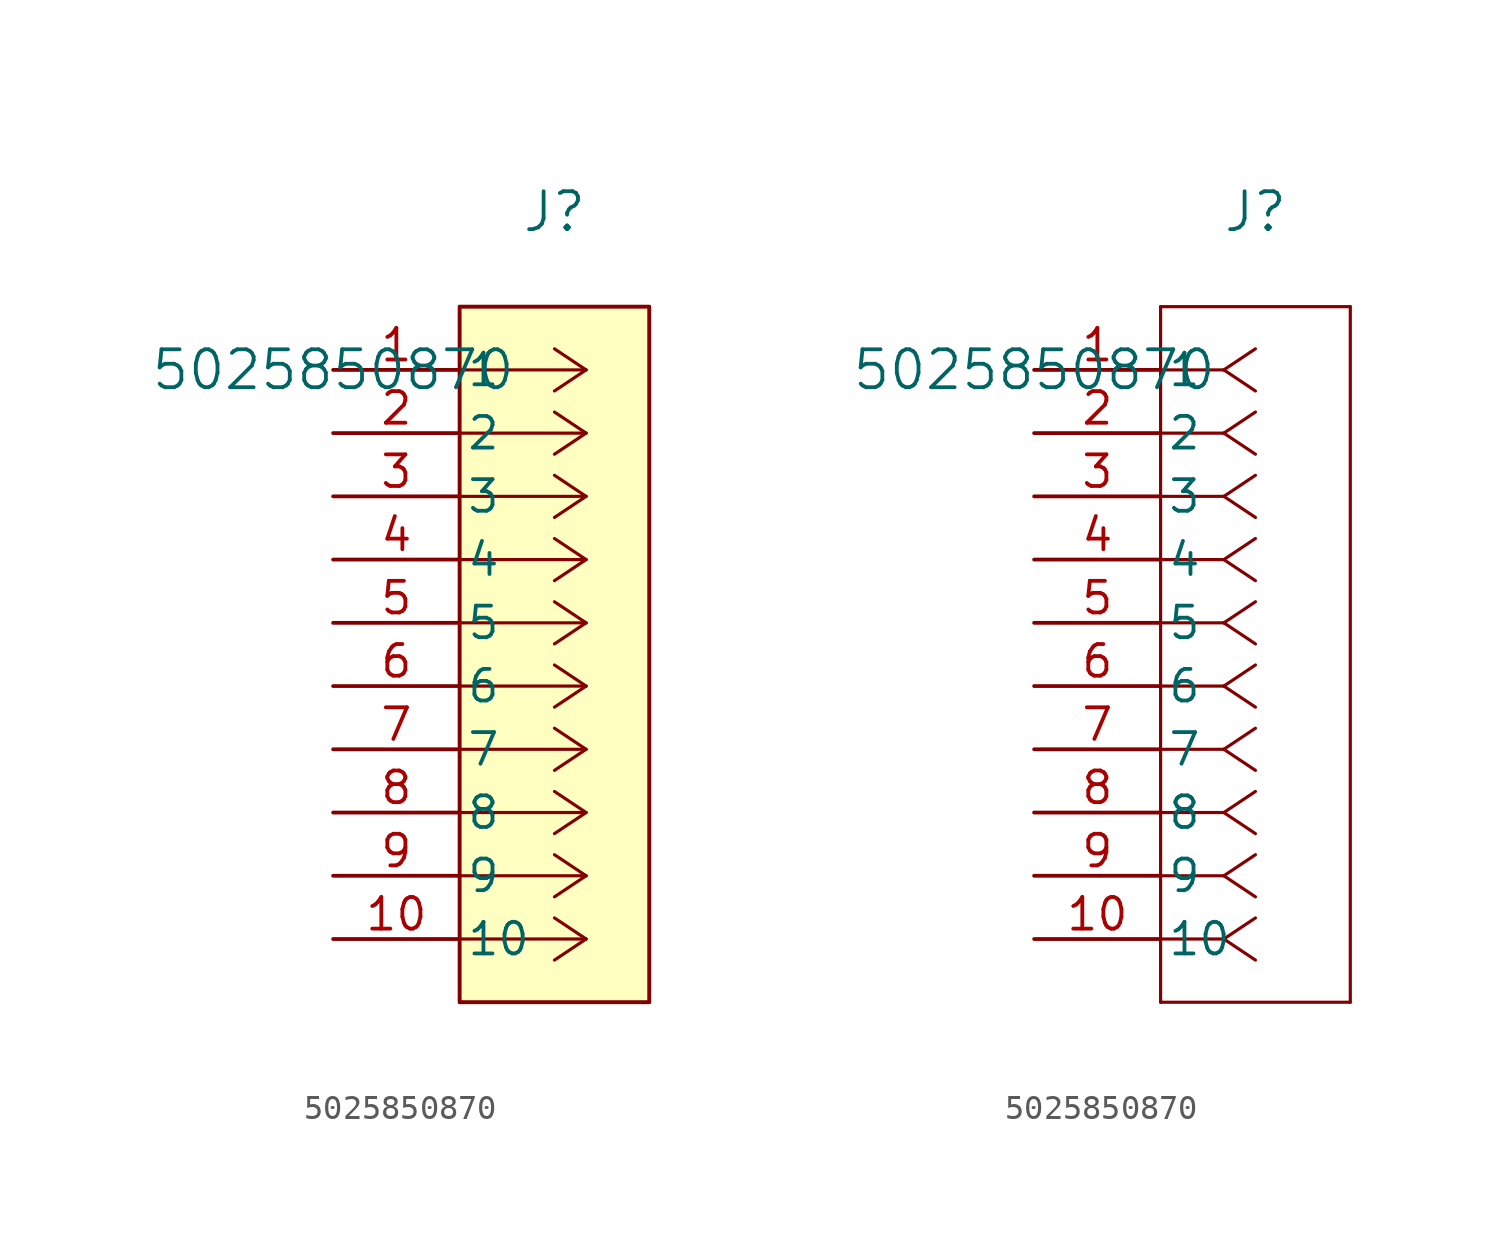
<source format=kicad_sym>
(kicad_symbol_lib
  (version 20231120)
  (generator "kicad_symbol_editor")
  (generator_version "8.0")
  (symbol "5025850870"
    (pin_names
      (offset 0.254))
    (property "Reference" "J"
      (at 8.89 6.35 0)
      (effects (font (size 1.524 1.524))))
    (property "Value" "5025850870"
      (at 0 0 0)
      (effects (font (size 1.524 1.524))))
    (property "ki_locked" ""
      (at 0 0 0)
      (effects (font (size 1.27 1.27))))
    (symbol "5025850870_1_1"
      (polyline (pts (xy 5.08 -25.4) (xy 12.7 -25.4)) (stroke (width 0.127) (type default)) (fill (type background)))
      (polyline (pts (xy 5.08 2.54) (xy 5.08 -25.4)) (stroke (width 0.127) (type default)) (fill (type background)))
      (polyline (pts (xy 10.16 -22.86) (xy 5.08 -22.86)) (stroke (width 0.127) (type default)) (fill (type none)))
      (polyline (pts (xy 10.16 -22.86) (xy 8.89 -23.707)) (stroke (width 0.127) (type default)) (fill (type none)))
      (polyline (pts (xy 10.16 -22.86) (xy 8.89 -22.013)) (stroke (width 0.127) (type default)) (fill (type none)))
      (polyline (pts (xy 10.16 -20.32) (xy 5.08 -20.32)) (stroke (width 0.127) (type default)) (fill (type none)))
      (polyline (pts (xy 10.16 -20.32) (xy 8.89 -21.167)) (stroke (width 0.127) (type default)) (fill (type none)))
      (polyline (pts (xy 10.16 -20.32) (xy 8.89 -19.473)) (stroke (width 0.127) (type default)) (fill (type none)))
      (polyline (pts (xy 10.16 -17.78) (xy 5.08 -17.78)) (stroke (width 0.127) (type default)) (fill (type none)))
      (polyline (pts (xy 10.16 -17.78) (xy 8.89 -18.627)) (stroke (width 0.127) (type default)) (fill (type none)))
      (polyline (pts (xy 10.16 -17.78) (xy 8.89 -16.933)) (stroke (width 0.127) (type default)) (fill (type none)))
      (polyline (pts (xy 10.16 -15.24) (xy 5.08 -15.24)) (stroke (width 0.127) (type default)) (fill (type none)))
      (polyline (pts (xy 10.16 -15.24) (xy 8.89 -16.087)) (stroke (width 0.127) (type default)) (fill (type none)))
      (polyline (pts (xy 10.16 -15.24) (xy 8.89 -14.393)) (stroke (width 0.127) (type default)) (fill (type none)))
      (polyline (pts (xy 10.16 -12.7) (xy 5.08 -12.7)) (stroke (width 0.127) (type default)) (fill (type none)))
      (polyline (pts (xy 10.16 -12.7) (xy 8.89 -13.547)) (stroke (width 0.127) (type default)) (fill (type none)))
      (polyline (pts (xy 10.16 -12.7) (xy 8.89 -11.853)) (stroke (width 0.127) (type default)) (fill (type none)))
      (polyline (pts (xy 10.16 -10.16) (xy 5.08 -10.16)) (stroke (width 0.127) (type default)) (fill (type none)))
      (polyline (pts (xy 10.16 -10.16) (xy 8.89 -11.007)) (stroke (width 0.127) (type default)) (fill (type none)))
      (polyline (pts (xy 10.16 -10.16) (xy 8.89 -9.313)) (stroke (width 0.127) (type default)) (fill (type none)))
      (polyline (pts (xy 10.16 -7.62) (xy 5.08 -7.62)) (stroke (width 0.127) (type default)) (fill (type none)))
      (polyline (pts (xy 10.16 -7.62) (xy 8.89 -8.467)) (stroke (width 0.127) (type default)) (fill (type none)))
      (polyline (pts (xy 10.16 -7.62) (xy 8.89 -6.773)) (stroke (width 0.127) (type default)) (fill (type none)))
      (polyline (pts (xy 10.16 -5.08) (xy 5.08 -5.08)) (stroke (width 0.127) (type default)) (fill (type none)))
      (polyline (pts (xy 10.16 -5.08) (xy 8.89 -5.927)) (stroke (width 0.127) (type default)) (fill (type none)))
      (polyline (pts (xy 10.16 -5.08) (xy 8.89 -4.233)) (stroke (width 0.127) (type default)) (fill (type none)))
      (polyline (pts (xy 10.16 -2.54) (xy 5.08 -2.54)) (stroke (width 0.127) (type default)) (fill (type none)))
      (polyline (pts (xy 10.16 -2.54) (xy 8.89 -3.387)) (stroke (width 0.127) (type default)) (fill (type none)))
      (polyline (pts (xy 10.16 -2.54) (xy 8.89 -1.693)) (stroke (width 0.127) (type default)) (fill (type none)))
      (polyline (pts (xy 10.16 0) (xy 5.08 0)) (stroke (width 0.127) (type default)) (fill (type none)))
      (polyline (pts (xy 10.16 0) (xy 8.89 -0.847)) (stroke (width 0.127) (type default)) (fill (type none)))
      (polyline (pts (xy 10.16 0) (xy 8.89 0.847)) (stroke (width 0.127) (type default)) (fill (type none)))
      (polyline (pts (xy 12.7 -25.4) (xy 12.7 2.54)) (stroke (width 0.127) (type default)) (fill (type background)))
      (polyline (pts (xy 12.7 2.54) (xy 5.08 2.54)) (stroke (width 0.127) (type default)) (fill (type background)))
      (rectangle (start 5.08 2.54) (end 12.7 -25.4) (stroke (width 0) (type default)) (fill (type background)))
      (pin unspecified line (at 0 0 0) (length 5.08) (name "1" (effects (font (size 1.27 1.27)))) (number "1" (effects (font (size 1.27 1.27)))))
      (pin unspecified line (at 0 -22.86 0) (length 5.08) (name "10" (effects (font (size 1.27 1.27)))) (number "10" (effects (font (size 1.27 1.27)))))
      (pin unspecified line (at 0 -2.54 0) (length 5.08) (name "2" (effects (font (size 1.27 1.27)))) (number "2" (effects (font (size 1.27 1.27)))))
      (pin unspecified line (at 0 -5.08 0) (length 5.08) (name "3" (effects (font (size 1.27 1.27)))) (number "3" (effects (font (size 1.27 1.27)))))
      (pin unspecified line (at 0 -7.62 0) (length 5.08) (name "4" (effects (font (size 1.27 1.27)))) (number "4" (effects (font (size 1.27 1.27)))))
      (pin unspecified line (at 0 -10.16 0) (length 5.08) (name "5" (effects (font (size 1.27 1.27)))) (number "5" (effects (font (size 1.27 1.27)))))
      (pin unspecified line (at 0 -12.7 0) (length 5.08) (name "6" (effects (font (size 1.27 1.27)))) (number "6" (effects (font (size 1.27 1.27)))))
      (pin unspecified line (at 0 -15.24 0) (length 5.08) (name "7" (effects (font (size 1.27 1.27)))) (number "7" (effects (font (size 1.27 1.27)))))
      (pin unspecified line (at 0 -17.78 0) (length 5.08) (name "8" (effects (font (size 1.27 1.27)))) (number "8" (effects (font (size 1.27 1.27)))))
      (pin unspecified line (at 0 -20.32 0) (length 5.08) (name "9" (effects (font (size 1.27 1.27)))) (number "9" (effects (font (size 1.27 1.27))))))
    (symbol "5025850870_1_2"
      (polyline (pts (xy 5.08 -25.4) (xy 12.7 -25.4)) (stroke (width 0.127) (type default)) (fill (type none)))
      (polyline (pts (xy 5.08 2.54) (xy 5.08 -25.4)) (stroke (width 0.127) (type default)) (fill (type none)))
      (polyline (pts (xy 7.62 -22.86) (xy 5.08 -22.86)) (stroke (width 0.127) (type default)) (fill (type none)))
      (polyline (pts (xy 7.62 -22.86) (xy 8.89 -23.707)) (stroke (width 0.127) (type default)) (fill (type none)))
      (polyline (pts (xy 7.62 -22.86) (xy 8.89 -22.013)) (stroke (width 0.127) (type default)) (fill (type none)))
      (polyline (pts (xy 7.62 -20.32) (xy 5.08 -20.32)) (stroke (width 0.127) (type default)) (fill (type none)))
      (polyline (pts (xy 7.62 -20.32) (xy 8.89 -21.167)) (stroke (width 0.127) (type default)) (fill (type none)))
      (polyline (pts (xy 7.62 -20.32) (xy 8.89 -19.473)) (stroke (width 0.127) (type default)) (fill (type none)))
      (polyline (pts (xy 7.62 -17.78) (xy 5.08 -17.78)) (stroke (width 0.127) (type default)) (fill (type none)))
      (polyline (pts (xy 7.62 -17.78) (xy 8.89 -18.627)) (stroke (width 0.127) (type default)) (fill (type none)))
      (polyline (pts (xy 7.62 -17.78) (xy 8.89 -16.933)) (stroke (width 0.127) (type default)) (fill (type none)))
      (polyline (pts (xy 7.62 -15.24) (xy 5.08 -15.24)) (stroke (width 0.127) (type default)) (fill (type none)))
      (polyline (pts (xy 7.62 -15.24) (xy 8.89 -16.087)) (stroke (width 0.127) (type default)) (fill (type none)))
      (polyline (pts (xy 7.62 -15.24) (xy 8.89 -14.393)) (stroke (width 0.127) (type default)) (fill (type none)))
      (polyline (pts (xy 7.62 -12.7) (xy 5.08 -12.7)) (stroke (width 0.127) (type default)) (fill (type none)))
      (polyline (pts (xy 7.62 -12.7) (xy 8.89 -13.547)) (stroke (width 0.127) (type default)) (fill (type none)))
      (polyline (pts (xy 7.62 -12.7) (xy 8.89 -11.853)) (stroke (width 0.127) (type default)) (fill (type none)))
      (polyline (pts (xy 7.62 -10.16) (xy 5.08 -10.16)) (stroke (width 0.127) (type default)) (fill (type none)))
      (polyline (pts (xy 7.62 -10.16) (xy 8.89 -11.007)) (stroke (width 0.127) (type default)) (fill (type none)))
      (polyline (pts (xy 7.62 -10.16) (xy 8.89 -9.313)) (stroke (width 0.127) (type default)) (fill (type none)))
      (polyline (pts (xy 7.62 -7.62) (xy 5.08 -7.62)) (stroke (width 0.127) (type default)) (fill (type none)))
      (polyline (pts (xy 7.62 -7.62) (xy 8.89 -8.467)) (stroke (width 0.127) (type default)) (fill (type none)))
      (polyline (pts (xy 7.62 -7.62) (xy 8.89 -6.773)) (stroke (width 0.127) (type default)) (fill (type none)))
      (polyline (pts (xy 7.62 -5.08) (xy 5.08 -5.08)) (stroke (width 0.127) (type default)) (fill (type none)))
      (polyline (pts (xy 7.62 -5.08) (xy 8.89 -5.927)) (stroke (width 0.127) (type default)) (fill (type none)))
      (polyline (pts (xy 7.62 -5.08) (xy 8.89 -4.233)) (stroke (width 0.127) (type default)) (fill (type none)))
      (polyline (pts (xy 7.62 -2.54) (xy 5.08 -2.54)) (stroke (width 0.127) (type default)) (fill (type none)))
      (polyline (pts (xy 7.62 -2.54) (xy 8.89 -3.387)) (stroke (width 0.127) (type default)) (fill (type none)))
      (polyline (pts (xy 7.62 -2.54) (xy 8.89 -1.693)) (stroke (width 0.127) (type default)) (fill (type none)))
      (polyline (pts (xy 7.62 0) (xy 5.08 0)) (stroke (width 0.127) (type default)) (fill (type none)))
      (polyline (pts (xy 7.62 0) (xy 8.89 -0.847)) (stroke (width 0.127) (type default)) (fill (type none)))
      (polyline (pts (xy 7.62 0) (xy 8.89 0.847)) (stroke (width 0.127) (type default)) (fill (type none)))
      (polyline (pts (xy 12.7 -25.4) (xy 12.7 2.54)) (stroke (width 0.127) (type default)) (fill (type none)))
      (polyline (pts (xy 12.7 2.54) (xy 5.08 2.54)) (stroke (width 0.127) (type default)) (fill (type none)))
      (pin unspecified line (at 0 0 0) (length 5.08) (name "1" (effects (font (size 1.27 1.27)))) (number "1" (effects (font (size 1.27 1.27)))))
      (pin unspecified line (at 0 -22.86 0) (length 5.08) (name "10" (effects (font (size 1.27 1.27)))) (number "10" (effects (font (size 1.27 1.27)))))
      (pin unspecified line (at 0 -2.54 0) (length 5.08) (name "2" (effects (font (size 1.27 1.27)))) (number "2" (effects (font (size 1.27 1.27)))))
      (pin unspecified line (at 0 -5.08 0) (length 5.08) (name "3" (effects (font (size 1.27 1.27)))) (number "3" (effects (font (size 1.27 1.27)))))
      (pin unspecified line (at 0 -7.62 0) (length 5.08) (name "4" (effects (font (size 1.27 1.27)))) (number "4" (effects (font (size 1.27 1.27)))))
      (pin unspecified line (at 0 -10.16 0) (length 5.08) (name "5" (effects (font (size 1.27 1.27)))) (number "5" (effects (font (size 1.27 1.27)))))
      (pin unspecified line (at 0 -12.7 0) (length 5.08) (name "6" (effects (font (size 1.27 1.27)))) (number "6" (effects (font (size 1.27 1.27)))))
      (pin unspecified line (at 0 -15.24 0) (length 5.08) (name "7" (effects (font (size 1.27 1.27)))) (number "7" (effects (font (size 1.27 1.27)))))
      (pin unspecified line (at 0 -17.78 0) (length 5.08) (name "8" (effects (font (size 1.27 1.27)))) (number "8" (effects (font (size 1.27 1.27)))))
      (pin unspecified line (at 0 -20.32 0) (length 5.08) (name "9" (effects (font (size 1.27 1.27)))) (number "9" (effects (font (size 1.27 1.27))))))))
</source>
